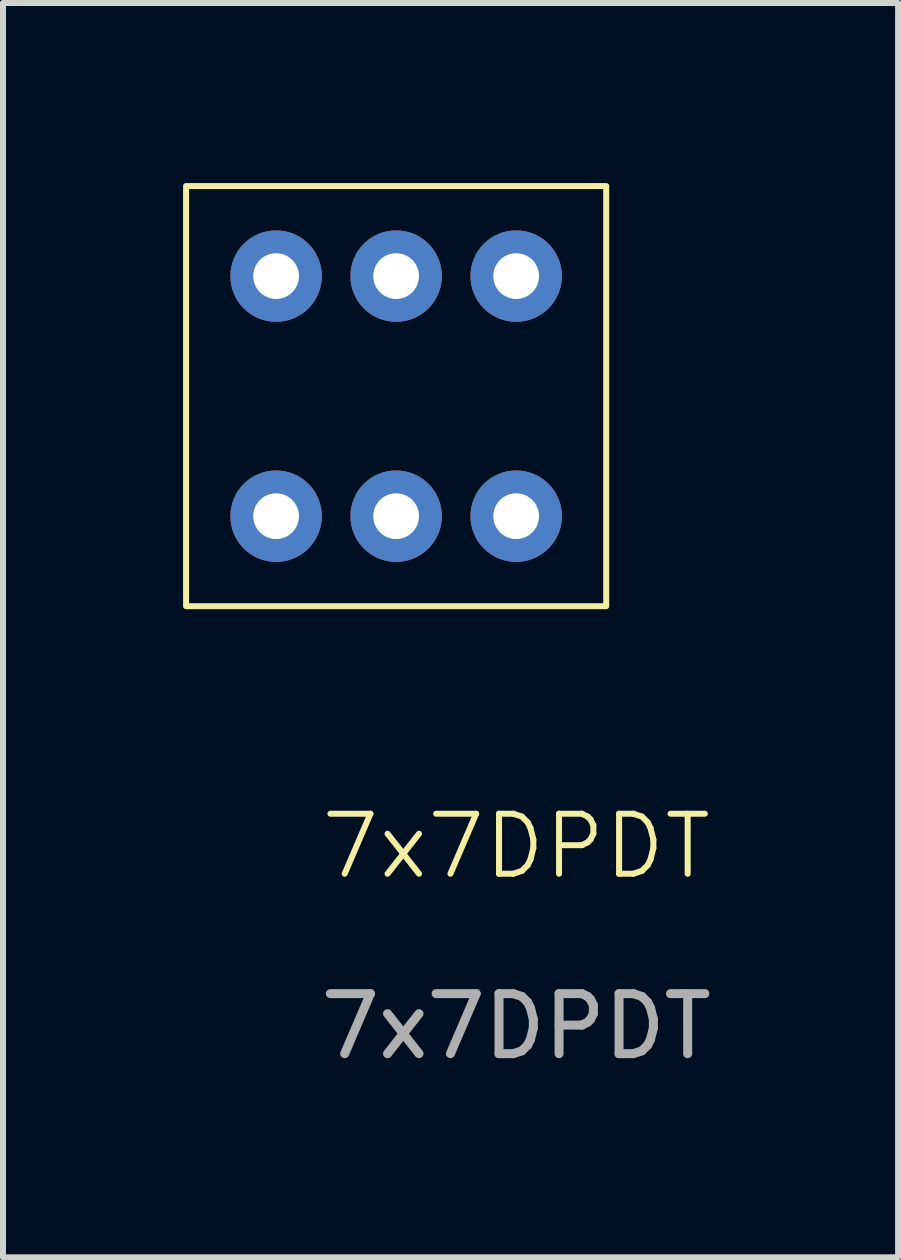
<source format=kicad_pcb>
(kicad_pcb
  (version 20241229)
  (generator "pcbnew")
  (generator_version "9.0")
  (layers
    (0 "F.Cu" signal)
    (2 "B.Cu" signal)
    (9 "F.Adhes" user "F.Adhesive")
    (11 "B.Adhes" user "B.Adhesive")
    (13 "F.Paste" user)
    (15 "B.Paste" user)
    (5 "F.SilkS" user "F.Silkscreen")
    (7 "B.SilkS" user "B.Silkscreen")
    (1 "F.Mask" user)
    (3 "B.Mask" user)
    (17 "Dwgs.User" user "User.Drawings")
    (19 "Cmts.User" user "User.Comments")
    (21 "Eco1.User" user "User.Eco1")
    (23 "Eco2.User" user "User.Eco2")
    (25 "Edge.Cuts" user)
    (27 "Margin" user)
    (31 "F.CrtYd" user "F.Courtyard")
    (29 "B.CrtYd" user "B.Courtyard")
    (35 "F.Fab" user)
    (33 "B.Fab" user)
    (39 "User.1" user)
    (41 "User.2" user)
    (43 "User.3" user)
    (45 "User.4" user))
  (footprint "7x7DPDT"
    (layer "F.Cu")
    (at 5.55 11.55)
    (property "Reference" "7x7DPDT" (at 0 -0.5 0) (unlocked yes) (layer "F.SilkS") (effects (font (size 1 1) (thickness 0.1))))
    (attr through_hole)
    (fp_rect (start -5.5 -11.5) (end 1.5 -4.5) (stroke (width 0.1) (type default)) (fill no) (layer "F.SilkS"))
    (fp_text user "${REFERENCE}" (at 0 2.5 0) (unlocked yes) (layer "F.Fab") (effects (font (size 1 1) (thickness 0.15))))
    (pad "1" thru_hole circle (at -4 -10) (size 1.524 1.524) (drill 0.762) (layers "*.Cu" "*.Mask"))
    (pad "2" thru_hole circle (at -2 -10) (size 1.524 1.524) (drill 0.762) (layers "*.Cu" "*.Mask"))
    (pad "3" thru_hole circle (at 0 -10) (size 1.524 1.524) (drill 0.762) (layers "*.Cu" "*.Mask"))
    (pad "4" thru_hole circle (at -4 -6) (size 1.524 1.524) (drill 0.762) (layers "*.Cu" "*.Mask"))
    (pad "5" thru_hole circle (at -2 -6) (size 1.524 1.524) (drill 0.762) (layers "*.Cu" "*.Mask"))
    (pad "6" thru_hole circle (at 0 -6) (size 1.524 1.524) (drill 0.762) (layers "*.Cu" "*.Mask")))
  (gr_rect
    (start -3 -3)
    (end 11.913 17.898)
    (stroke (width 0.1) (type default))
    (fill no)
    (layer "Edge.Cuts")))
</source>
